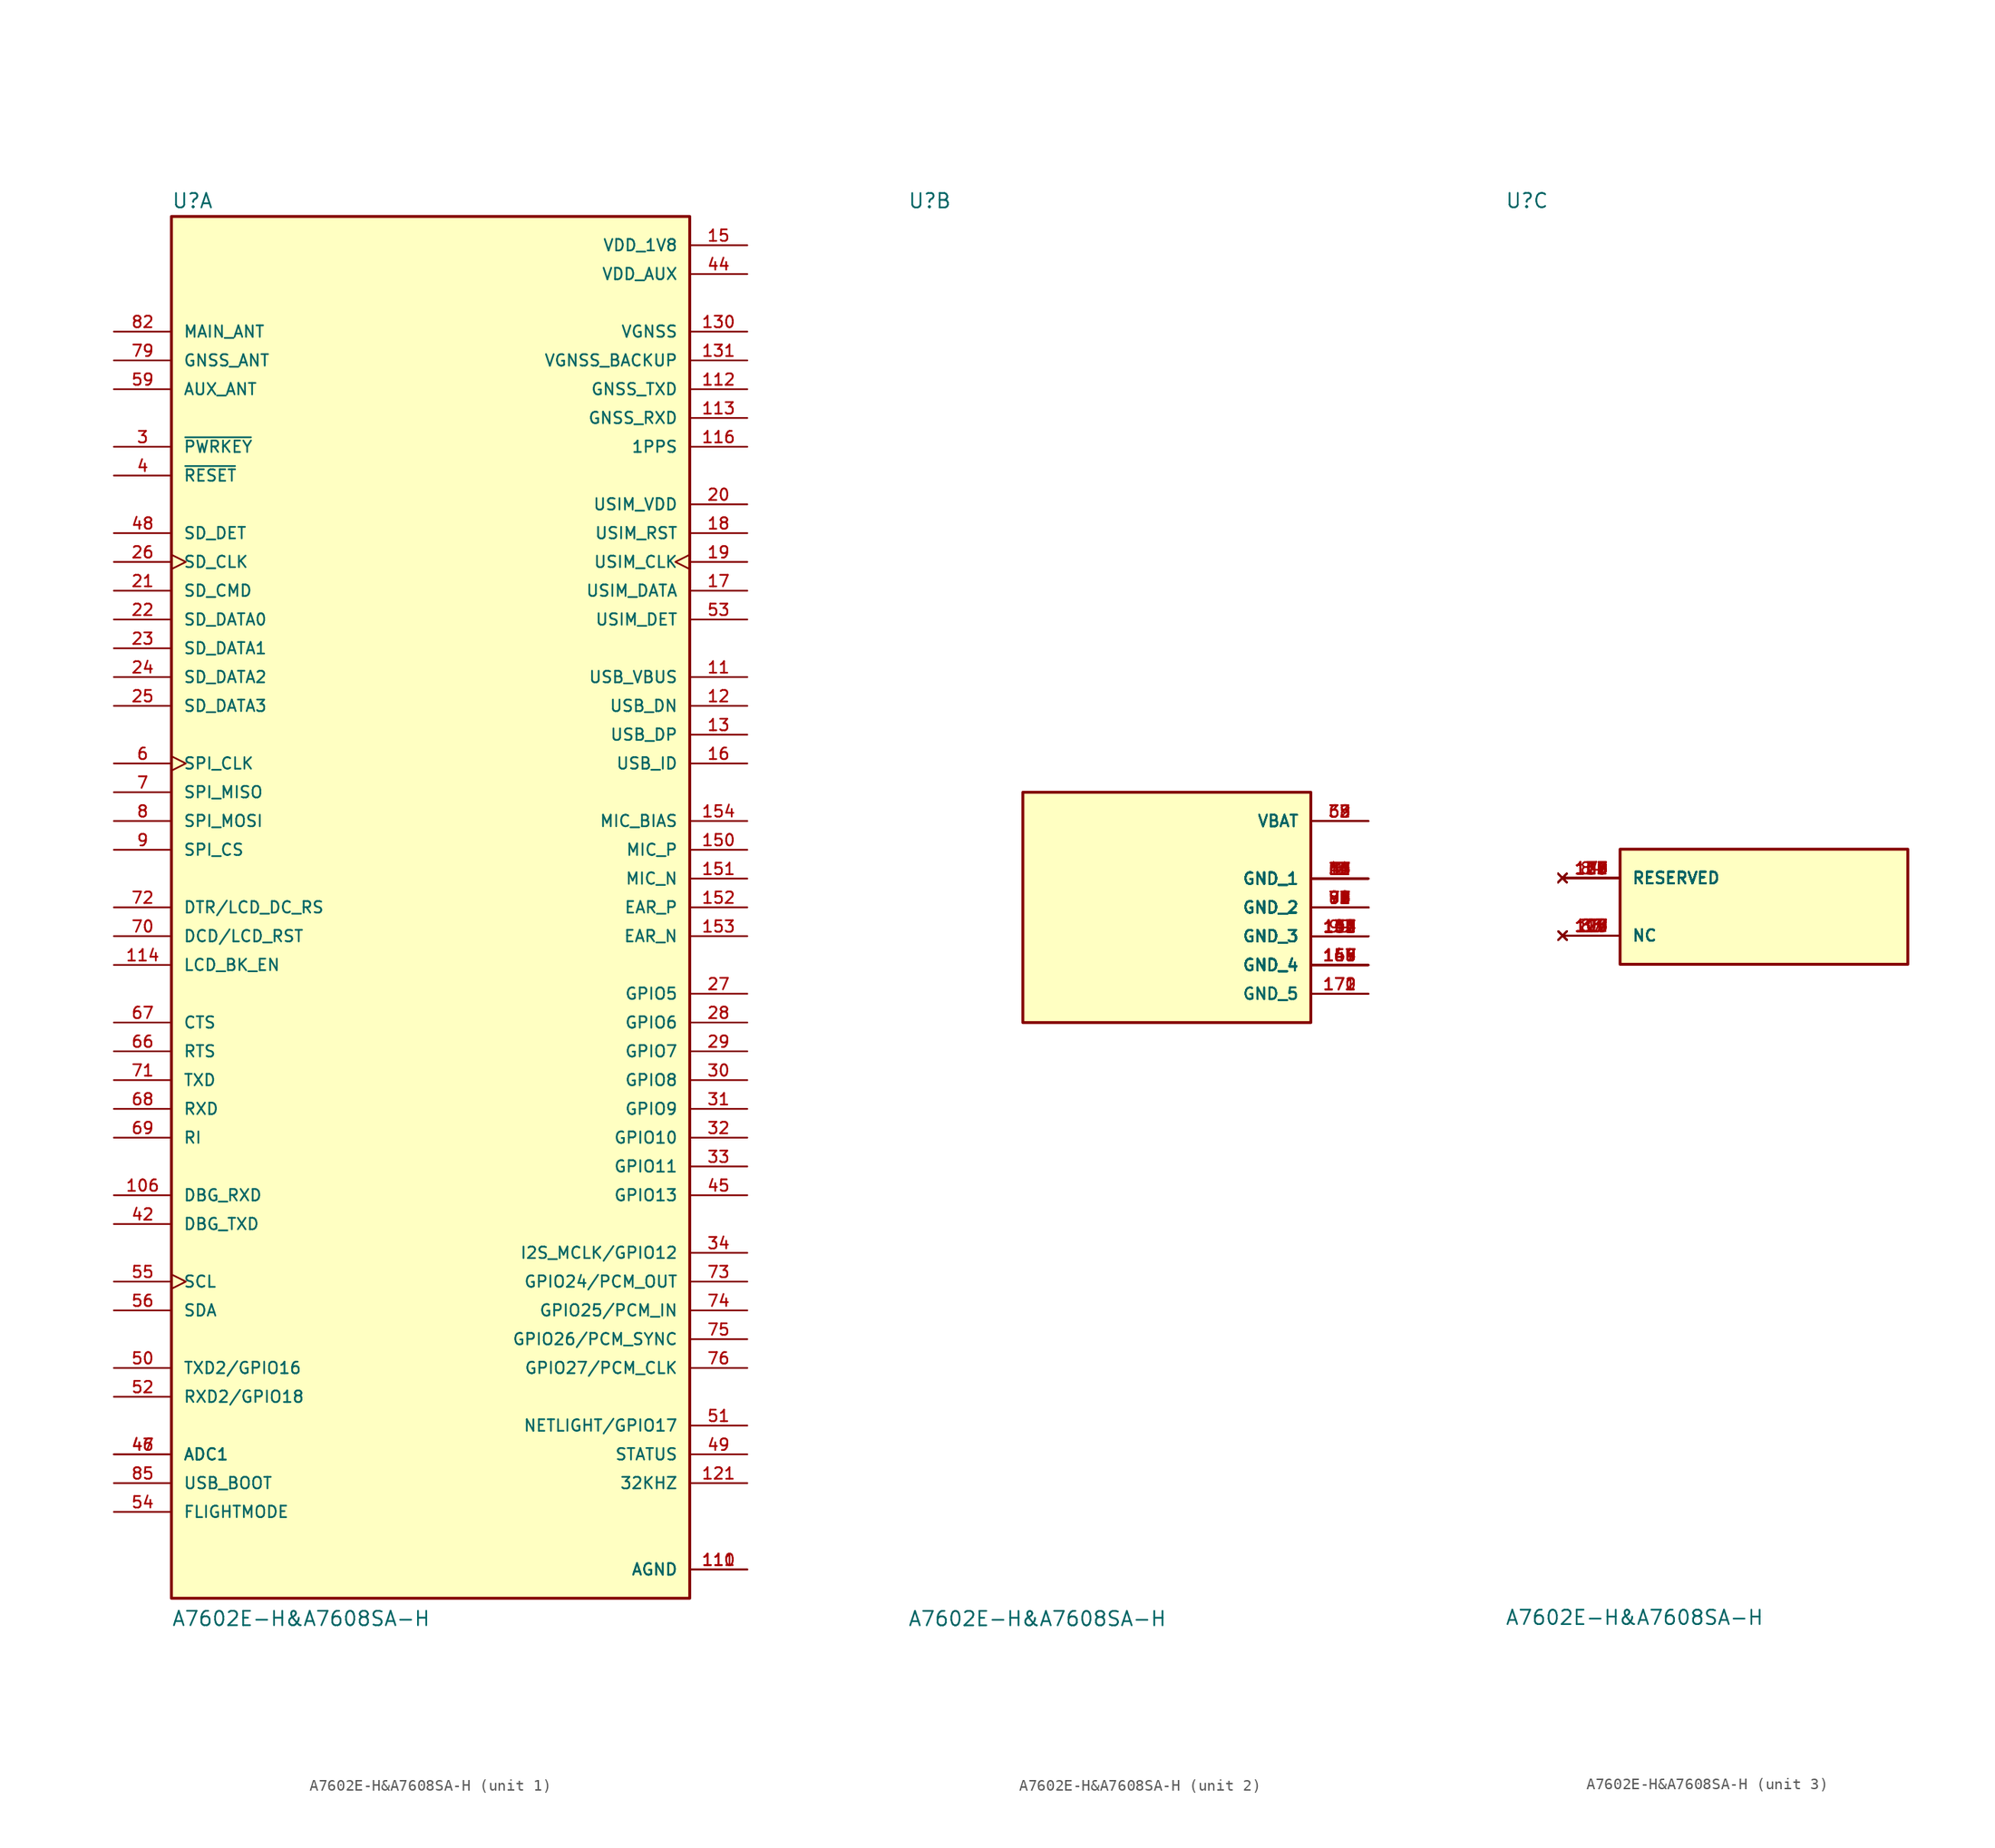
<source format=kicad_sym>
(kicad_symbol_lib
  (version 20211014)
  (generator kicad_symbol_editor)
  (symbol "A7602E-H&A7608SA-H"
    (pin_names
      (offset 1.016))
    (property "Reference" "U"
      (at -22.86 61.595 0)
      (effects (font (size 1.27 1.27)) (justify left bottom)))
    (property "Value" "A7602E-H&A7608SA-H"
      (at -22.86 -63.5 0)
      (effects (font (size 1.27 1.27)) (justify left bottom)))
    (symbol "A7602E-H&A7608SA-H_1_0"
      (rectangle (start -22.86 -60.96) (end 22.86 60.96) (stroke (width 0.254) (type default) (color 0 0 0 0)) (fill (type background)))
      (pin input line (at -27.94 -25.4 0) (length 5.08) (name "DBG_RXD" (effects (font (size 1.016 1.016)))) (number "106" (effects (font (size 1.016 1.016)))))
      (pin input line (at 27.94 20.32 180) (length 5.08) (name "USB_VBUS" (effects (font (size 1.016 1.016)))) (number "11" (effects (font (size 1.016 1.016)))))
      (pin power_in line (at 27.94 -58.42 180) (length 5.08) (name "AGND" (effects (font (size 1.016 1.016)))) (number "110" (effects (font (size 1.016 1.016)))))
      (pin power_in line (at 27.94 -58.42 180) (length 5.08) (name "AGND" (effects (font (size 1.016 1.016)))) (number "111" (effects (font (size 1.016 1.016)))))
      (pin output line (at 27.94 45.72 180) (length 5.08) (name "GNSS_TXD" (effects (font (size 1.016 1.016)))) (number "112" (effects (font (size 1.016 1.016)))))
      (pin input line (at 27.94 43.18 180) (length 5.08) (name "GNSS_RXD" (effects (font (size 1.016 1.016)))) (number "113" (effects (font (size 1.016 1.016)))))
      (pin output line (at -27.94 -5.08 0) (length 5.08) (name "LCD_BK_EN" (effects (font (size 1.016 1.016)))) (number "114" (effects (font (size 1.016 1.016)))))
      (pin bidirectional line (at 27.94 40.64 180) (length 5.08) (name "1PPS" (effects (font (size 1.016 1.016)))) (number "116" (effects (font (size 1.016 1.016)))))
      (pin bidirectional line (at 27.94 17.78 180) (length 5.08) (name "USB_DN" (effects (font (size 1.016 1.016)))) (number "12" (effects (font (size 1.016 1.016)))))
      (pin output line (at 27.94 -50.8 180) (length 5.08) (name "32KHZ" (effects (font (size 1.016 1.016)))) (number "121" (effects (font (size 1.016 1.016)))))
      (pin bidirectional line (at 27.94 15.24 180) (length 5.08) (name "USB_DP" (effects (font (size 1.016 1.016)))) (number "13" (effects (font (size 1.016 1.016)))))
      (pin power_in line (at 27.94 50.8 180) (length 5.08) (name "VGNSS" (effects (font (size 1.016 1.016)))) (number "130" (effects (font (size 1.016 1.016)))))
      (pin power_in line (at 27.94 48.26 180) (length 5.08) (name "VGNSS_BACKUP" (effects (font (size 1.016 1.016)))) (number "131" (effects (font (size 1.016 1.016)))))
      (pin output line (at 27.94 58.42 180) (length 5.08) (name "VDD_1V8" (effects (font (size 1.016 1.016)))) (number "15" (effects (font (size 1.016 1.016)))))
      (pin input line (at 27.94 5.08 180) (length 5.08) (name "MIC_P" (effects (font (size 1.016 1.016)))) (number "150" (effects (font (size 1.016 1.016)))))
      (pin input line (at 27.94 2.54 180) (length 5.08) (name "MIC_N" (effects (font (size 1.016 1.016)))) (number "151" (effects (font (size 1.016 1.016)))))
      (pin output line (at 27.94 0 180) (length 5.08) (name "EAR_P" (effects (font (size 1.016 1.016)))) (number "152" (effects (font (size 1.016 1.016)))))
      (pin output line (at 27.94 -2.54 180) (length 5.08) (name "EAR_N" (effects (font (size 1.016 1.016)))) (number "153" (effects (font (size 1.016 1.016)))))
      (pin output line (at 27.94 7.62 180) (length 5.08) (name "MIC_BIAS" (effects (font (size 1.016 1.016)))) (number "154" (effects (font (size 1.016 1.016)))))
      (pin input line (at 27.94 12.7 180) (length 5.08) (name "USB_ID" (effects (font (size 1.016 1.016)))) (number "16" (effects (font (size 1.016 1.016)))))
      (pin bidirectional line (at 27.94 27.94 180) (length 5.08) (name "USIM_DATA" (effects (font (size 1.016 1.016)))) (number "17" (effects (font (size 1.016 1.016)))))
      (pin output line (at 27.94 33.02 180) (length 5.08) (name "USIM_RST" (effects (font (size 1.016 1.016)))) (number "18" (effects (font (size 1.016 1.016)))))
      (pin output clock (at 27.94 30.48 180) (length 5.08) (name "USIM_CLK" (effects (font (size 1.016 1.016)))) (number "19" (effects (font (size 1.016 1.016)))))
      (pin power_in line (at 27.94 35.56 180) (length 5.08) (name "USIM_VDD" (effects (font (size 1.016 1.016)))) (number "20" (effects (font (size 1.016 1.016)))))
      (pin bidirectional line (at -27.94 27.94 0) (length 5.08) (name "SD_CMD" (effects (font (size 1.016 1.016)))) (number "21" (effects (font (size 1.016 1.016)))))
      (pin bidirectional line (at -27.94 25.4 0) (length 5.08) (name "SD_DATA0" (effects (font (size 1.016 1.016)))) (number "22" (effects (font (size 1.016 1.016)))))
      (pin bidirectional line (at -27.94 22.86 0) (length 5.08) (name "SD_DATA1" (effects (font (size 1.016 1.016)))) (number "23" (effects (font (size 1.016 1.016)))))
      (pin bidirectional line (at -27.94 20.32 0) (length 5.08) (name "SD_DATA2" (effects (font (size 1.016 1.016)))) (number "24" (effects (font (size 1.016 1.016)))))
      (pin bidirectional line (at -27.94 17.78 0) (length 5.08) (name "SD_DATA3" (effects (font (size 1.016 1.016)))) (number "25" (effects (font (size 1.016 1.016)))))
      (pin output clock (at -27.94 30.48 0) (length 5.08) (name "SD_CLK" (effects (font (size 1.016 1.016)))) (number "26" (effects (font (size 1.016 1.016)))))
      (pin bidirectional line (at 27.94 -7.62 180) (length 5.08) (name "GPIO5" (effects (font (size 1.016 1.016)))) (number "27" (effects (font (size 1.016 1.016)))))
      (pin bidirectional line (at 27.94 -10.16 180) (length 5.08) (name "GPIO6" (effects (font (size 1.016 1.016)))) (number "28" (effects (font (size 1.016 1.016)))))
      (pin bidirectional line (at 27.94 -12.7 180) (length 5.08) (name "GPIO7" (effects (font (size 1.016 1.016)))) (number "29" (effects (font (size 1.016 1.016)))))
      (pin input line (at -27.94 40.64 0) (length 5.08) (name "~{PWRKEY}" (effects (font (size 1.016 1.016)))) (number "3" (effects (font (size 1.016 1.016)))))
      (pin bidirectional line (at 27.94 -15.24 180) (length 5.08) (name "GPIO8" (effects (font (size 1.016 1.016)))) (number "30" (effects (font (size 1.016 1.016)))))
      (pin bidirectional line (at 27.94 -17.78 180) (length 5.08) (name "GPIO9" (effects (font (size 1.016 1.016)))) (number "31" (effects (font (size 1.016 1.016)))))
      (pin bidirectional line (at 27.94 -20.32 180) (length 5.08) (name "GPIO10" (effects (font (size 1.016 1.016)))) (number "32" (effects (font (size 1.016 1.016)))))
      (pin bidirectional line (at 27.94 -22.86 180) (length 5.08) (name "GPIO11" (effects (font (size 1.016 1.016)))) (number "33" (effects (font (size 1.016 1.016)))))
      (pin bidirectional line (at 27.94 -30.48 180) (length 5.08) (name "I2S_MCLK/GPIO12" (effects (font (size 1.016 1.016)))) (number "34" (effects (font (size 1.016 1.016)))))
      (pin input line (at -27.94 38.1 0) (length 5.08) (name "~{RESET}" (effects (font (size 1.016 1.016)))) (number "4" (effects (font (size 1.016 1.016)))))
      (pin output line (at -27.94 -27.94 0) (length 5.08) (name "DBG_TXD" (effects (font (size 1.016 1.016)))) (number "42" (effects (font (size 1.016 1.016)))))
      (pin output line (at 27.94 55.88 180) (length 5.08) (name "VDD_AUX" (effects (font (size 1.016 1.016)))) (number "44" (effects (font (size 1.016 1.016)))))
      (pin bidirectional line (at 27.94 -25.4 180) (length 5.08) (name "GPIO13" (effects (font (size 1.016 1.016)))) (number "45" (effects (font (size 1.016 1.016)))))
      (pin input line (at -27.94 -48.26 0) (length 5.08) (name "ADC1" (effects (font (size 1.016 1.016)))) (number "46" (effects (font (size 1.016 1.016)))))
      (pin input line (at -27.94 -48.26 0) (length 5.08) (name "ADC1" (effects (font (size 1.016 1.016)))) (number "47" (effects (font (size 1.016 1.016)))))
      (pin input line (at -27.94 33.02 0) (length 5.08) (name "SD_DET" (effects (font (size 1.016 1.016)))) (number "48" (effects (font (size 1.016 1.016)))))
      (pin output line (at 27.94 -48.26 180) (length 5.08) (name "STATUS" (effects (font (size 1.016 1.016)))) (number "49" (effects (font (size 1.016 1.016)))))
      (pin bidirectional line (at -27.94 -40.64 0) (length 5.08) (name "TXD2/GPIO16" (effects (font (size 1.016 1.016)))) (number "50" (effects (font (size 1.016 1.016)))))
      (pin bidirectional line (at 27.94 -45.72 180) (length 5.08) (name "NETLIGHT/GPIO17" (effects (font (size 1.016 1.016)))) (number "51" (effects (font (size 1.016 1.016)))))
      (pin bidirectional line (at -27.94 -43.18 0) (length 5.08) (name "RXD2/GPIO18" (effects (font (size 1.016 1.016)))) (number "52" (effects (font (size 1.016 1.016)))))
      (pin input line (at 27.94 25.4 180) (length 5.08) (name "USIM_DET" (effects (font (size 1.016 1.016)))) (number "53" (effects (font (size 1.016 1.016)))))
      (pin input line (at -27.94 -53.34 0) (length 5.08) (name "FLIGHTMODE" (effects (font (size 1.016 1.016)))) (number "54" (effects (font (size 1.016 1.016)))))
      (pin output clock (at -27.94 -33.02 0) (length 5.08) (name "SCL" (effects (font (size 1.016 1.016)))) (number "55" (effects (font (size 1.016 1.016)))))
      (pin bidirectional line (at -27.94 -35.56 0) (length 5.08) (name "SDA" (effects (font (size 1.016 1.016)))) (number "56" (effects (font (size 1.016 1.016)))))
      (pin input line (at -27.94 45.72 0) (length 5.08) (name "AUX_ANT" (effects (font (size 1.016 1.016)))) (number "59" (effects (font (size 1.016 1.016)))))
      (pin output clock (at -27.94 12.7 0) (length 5.08) (name "SPI_CLK" (effects (font (size 1.016 1.016)))) (number "6" (effects (font (size 1.016 1.016)))))
      (pin output line (at -27.94 -12.7 0) (length 5.08) (name "RTS" (effects (font (size 1.016 1.016)))) (number "66" (effects (font (size 1.016 1.016)))))
      (pin input line (at -27.94 -10.16 0) (length 5.08) (name "CTS" (effects (font (size 1.016 1.016)))) (number "67" (effects (font (size 1.016 1.016)))))
      (pin input line (at -27.94 -17.78 0) (length 5.08) (name "RXD" (effects (font (size 1.016 1.016)))) (number "68" (effects (font (size 1.016 1.016)))))
      (pin output line (at -27.94 -20.32 0) (length 5.08) (name "RI" (effects (font (size 1.016 1.016)))) (number "69" (effects (font (size 1.016 1.016)))))
      (pin input line (at -27.94 10.16 0) (length 5.08) (name "SPI_MISO" (effects (font (size 1.016 1.016)))) (number "7" (effects (font (size 1.016 1.016)))))
      (pin output line (at -27.94 -2.54 0) (length 5.08) (name "DCD/LCD_RST" (effects (font (size 1.016 1.016)))) (number "70" (effects (font (size 1.016 1.016)))))
      (pin output line (at -27.94 -15.24 0) (length 5.08) (name "TXD" (effects (font (size 1.016 1.016)))) (number "71" (effects (font (size 1.016 1.016)))))
      (pin bidirectional line (at -27.94 0 0) (length 5.08) (name "DTR/LCD_DC_RS" (effects (font (size 1.016 1.016)))) (number "72" (effects (font (size 1.016 1.016)))))
      (pin bidirectional line (at 27.94 -33.02 180) (length 5.08) (name "GPIO24/PCM_OUT" (effects (font (size 1.016 1.016)))) (number "73" (effects (font (size 1.016 1.016)))))
      (pin bidirectional line (at 27.94 -35.56 180) (length 5.08) (name "GPIO25/PCM_IN" (effects (font (size 1.016 1.016)))) (number "74" (effects (font (size 1.016 1.016)))))
      (pin bidirectional line (at 27.94 -38.1 180) (length 5.08) (name "GPIO26/PCM_SYNC" (effects (font (size 1.016 1.016)))) (number "75" (effects (font (size 1.016 1.016)))))
      (pin bidirectional line (at 27.94 -40.64 180) (length 5.08) (name "GPIO27/PCM_CLK" (effects (font (size 1.016 1.016)))) (number "76" (effects (font (size 1.016 1.016)))))
      (pin input line (at -27.94 48.26 0) (length 5.08) (name "GNSS_ANT" (effects (font (size 1.016 1.016)))) (number "79" (effects (font (size 1.016 1.016)))))
      (pin output line (at -27.94 7.62 0) (length 5.08) (name "SPI_MOSI" (effects (font (size 1.016 1.016)))) (number "8" (effects (font (size 1.016 1.016)))))
      (pin bidirectional line (at -27.94 50.8 0) (length 5.08) (name "MAIN_ANT" (effects (font (size 1.016 1.016)))) (number "82" (effects (font (size 1.016 1.016)))))
      (pin input line (at -27.94 -50.8 0) (length 5.08) (name "USB_BOOT" (effects (font (size 1.016 1.016)))) (number "85" (effects (font (size 1.016 1.016)))))
      (pin output line (at -27.94 5.08 0) (length 5.08) (name "SPI_CS" (effects (font (size 1.016 1.016)))) (number "9" (effects (font (size 1.016 1.016))))))
    (symbol "A7602E-H&A7608SA-H_2_0"
      (rectangle (start -12.7 -10.16) (end 12.7 10.16) (stroke (width 0.254) (type default) (color 0 0 0 0)) (fill (type background)))
      (pin power_in line (at 17.78 2.54 180) (length 5.08) (name "GND_1" (effects (font (size 1.016 1.016)))) (number "1" (effects (font (size 1.016 1.016)))))
      (pin power_in line (at 17.78 2.54 180) (length 5.08) (name "GND_1" (effects (font (size 1.016 1.016)))) (number "10" (effects (font (size 1.016 1.016)))))
      (pin power_in line (at 17.78 -2.54 180) (length 5.08) (name "GND_3" (effects (font (size 1.016 1.016)))) (number "100" (effects (font (size 1.016 1.016)))))
      (pin power_in line (at 17.78 -2.54 180) (length 5.08) (name "GND_3" (effects (font (size 1.016 1.016)))) (number "101" (effects (font (size 1.016 1.016)))))
      (pin power_in line (at 17.78 -2.54 180) (length 5.08) (name "GND_3" (effects (font (size 1.016 1.016)))) (number "102" (effects (font (size 1.016 1.016)))))
      (pin power_in line (at 17.78 -2.54 180) (length 5.08) (name "GND_3" (effects (font (size 1.016 1.016)))) (number "103" (effects (font (size 1.016 1.016)))))
      (pin power_in line (at 17.78 -2.54 180) (length 5.08) (name "GND_3" (effects (font (size 1.016 1.016)))) (number "104" (effects (font (size 1.016 1.016)))))
      (pin power_in line (at 17.78 -2.54 180) (length 5.08) (name "GND_3" (effects (font (size 1.016 1.016)))) (number "105" (effects (font (size 1.016 1.016)))))
      (pin power_in line (at 17.78 -2.54 180) (length 5.08) (name "GND_3" (effects (font (size 1.016 1.016)))) (number "118" (effects (font (size 1.016 1.016)))))
      (pin power_in line (at 17.78 -2.54 180) (length 5.08) (name "GND_3" (effects (font (size 1.016 1.016)))) (number "134" (effects (font (size 1.016 1.016)))))
      (pin power_in line (at 17.78 -2.54 180) (length 5.08) (name "GND_3" (effects (font (size 1.016 1.016)))) (number "137" (effects (font (size 1.016 1.016)))))
      (pin power_in line (at 17.78 2.54 180) (length 5.08) (name "GND_1" (effects (font (size 1.016 1.016)))) (number "14" (effects (font (size 1.016 1.016)))))
      (pin power_in line (at 17.78 -2.54 180) (length 5.08) (name "GND_3" (effects (font (size 1.016 1.016)))) (number "140" (effects (font (size 1.016 1.016)))))
      (pin power_in line (at 17.78 -2.54 180) (length 5.08) (name "GND_3" (effects (font (size 1.016 1.016)))) (number "141" (effects (font (size 1.016 1.016)))))
      (pin power_in line (at 17.78 -2.54 180) (length 5.08) (name "GND_3" (effects (font (size 1.016 1.016)))) (number "142" (effects (font (size 1.016 1.016)))))
      (pin power_in line (at 17.78 -2.54 180) (length 5.08) (name "GND_3" (effects (font (size 1.016 1.016)))) (number "143" (effects (font (size 1.016 1.016)))))
      (pin power_in line (at 17.78 -2.54 180) (length 5.08) (name "GND_3" (effects (font (size 1.016 1.016)))) (number "144" (effects (font (size 1.016 1.016)))))
      (pin power_in line (at 17.78 -5.08 180) (length 5.08) (name "GND_4" (effects (font (size 1.016 1.016)))) (number "145" (effects (font (size 1.016 1.016)))))
      (pin power_in line (at 17.78 -5.08 180) (length 5.08) (name "GND_4" (effects (font (size 1.016 1.016)))) (number "146" (effects (font (size 1.016 1.016)))))
      (pin power_in line (at 17.78 -5.08 180) (length 5.08) (name "GND_4" (effects (font (size 1.016 1.016)))) (number "147" (effects (font (size 1.016 1.016)))))
      (pin power_in line (at 17.78 -5.08 180) (length 5.08) (name "GND_4" (effects (font (size 1.016 1.016)))) (number "148" (effects (font (size 1.016 1.016)))))
      (pin power_in line (at 17.78 -5.08 180) (length 5.08) (name "GND_4" (effects (font (size 1.016 1.016)))) (number "149" (effects (font (size 1.016 1.016)))))
      (pin power_in line (at 17.78 -5.08 180) (length 5.08) (name "GND_4" (effects (font (size 1.016 1.016)))) (number "155" (effects (font (size 1.016 1.016)))))
      (pin power_in line (at 17.78 -5.08 180) (length 5.08) (name "GND_4" (effects (font (size 1.016 1.016)))) (number "156" (effects (font (size 1.016 1.016)))))
      (pin power_in line (at 17.78 -5.08 180) (length 5.08) (name "GND_4" (effects (font (size 1.016 1.016)))) (number "157" (effects (font (size 1.016 1.016)))))
      (pin power_in line (at 17.78 -5.08 180) (length 5.08) (name "GND_4" (effects (font (size 1.016 1.016)))) (number "158" (effects (font (size 1.016 1.016)))))
      (pin power_in line (at 17.78 -5.08 180) (length 5.08) (name "GND_4" (effects (font (size 1.016 1.016)))) (number "164" (effects (font (size 1.016 1.016)))))
      (pin power_in line (at 17.78 -5.08 180) (length 5.08) (name "GND_4" (effects (font (size 1.016 1.016)))) (number "165" (effects (font (size 1.016 1.016)))))
      (pin power_in line (at 17.78 -5.08 180) (length 5.08) (name "GND_4" (effects (font (size 1.016 1.016)))) (number "166" (effects (font (size 1.016 1.016)))))
      (pin power_in line (at 17.78 -5.08 180) (length 5.08) (name "GND_4" (effects (font (size 1.016 1.016)))) (number "167" (effects (font (size 1.016 1.016)))))
      (pin power_in line (at 17.78 -5.08 180) (length 5.08) (name "GND_4" (effects (font (size 1.016 1.016)))) (number "168" (effects (font (size 1.016 1.016)))))
      (pin power_in line (at 17.78 -5.08 180) (length 5.08) (name "GND_4" (effects (font (size 1.016 1.016)))) (number "169" (effects (font (size 1.016 1.016)))))
      (pin power_in line (at 17.78 -7.62 180) (length 5.08) (name "GND_5" (effects (font (size 1.016 1.016)))) (number "170" (effects (font (size 1.016 1.016)))))
      (pin power_in line (at 17.78 -7.62 180) (length 5.08) (name "GND_5" (effects (font (size 1.016 1.016)))) (number "171" (effects (font (size 1.016 1.016)))))
      (pin power_in line (at 17.78 -7.62 180) (length 5.08) (name "GND_5" (effects (font (size 1.016 1.016)))) (number "172" (effects (font (size 1.016 1.016)))))
      (pin power_in line (at 17.78 2.54 180) (length 5.08) (name "GND_1" (effects (font (size 1.016 1.016)))) (number "2" (effects (font (size 1.016 1.016)))))
      (pin power_in line (at 17.78 2.54 180) (length 5.08) (name "GND_1" (effects (font (size 1.016 1.016)))) (number "37" (effects (font (size 1.016 1.016)))))
      (pin power_in line (at 17.78 7.62 180) (length 5.08) (name "VBAT" (effects (font (size 1.016 1.016)))) (number "38" (effects (font (size 1.016 1.016)))))
      (pin power_in line (at 17.78 7.62 180) (length 5.08) (name "VBAT" (effects (font (size 1.016 1.016)))) (number "39" (effects (font (size 1.016 1.016)))))
      (pin power_in line (at 17.78 2.54 180) (length 5.08) (name "GND_1" (effects (font (size 1.016 1.016)))) (number "40" (effects (font (size 1.016 1.016)))))
      (pin power_in line (at 17.78 2.54 180) (length 5.08) (name "GND_1" (effects (font (size 1.016 1.016)))) (number "41" (effects (font (size 1.016 1.016)))))
      (pin power_in line (at 17.78 2.54 180) (length 5.08) (name "GND_1" (effects (font (size 1.016 1.016)))) (number "43" (effects (font (size 1.016 1.016)))))
      (pin power_in line (at 17.78 2.54 180) (length 5.08) (name "GND_1" (effects (font (size 1.016 1.016)))) (number "5" (effects (font (size 1.016 1.016)))))
      (pin power_in line (at 17.78 2.54 180) (length 5.08) (name "GND_1" (effects (font (size 1.016 1.016)))) (number "57" (effects (font (size 1.016 1.016)))))
      (pin power_in line (at 17.78 2.54 180) (length 5.08) (name "GND_1" (effects (font (size 1.016 1.016)))) (number "58" (effects (font (size 1.016 1.016)))))
      (pin power_in line (at 17.78 2.54 180) (length 5.08) (name "GND_1" (effects (font (size 1.016 1.016)))) (number "60" (effects (font (size 1.016 1.016)))))
      (pin power_in line (at 17.78 2.54 180) (length 5.08) (name "GND_1" (effects (font (size 1.016 1.016)))) (number "61" (effects (font (size 1.016 1.016)))))
      (pin power_in line (at 17.78 7.62 180) (length 5.08) (name "VBAT" (effects (font (size 1.016 1.016)))) (number "62" (effects (font (size 1.016 1.016)))))
      (pin power_in line (at 17.78 7.62 180) (length 5.08) (name "VBAT" (effects (font (size 1.016 1.016)))) (number "63" (effects (font (size 1.016 1.016)))))
      (pin power_in line (at 17.78 2.54 180) (length 5.08) (name "GND_1" (effects (font (size 1.016 1.016)))) (number "64" (effects (font (size 1.016 1.016)))))
      (pin power_in line (at 17.78 2.54 180) (length 5.08) (name "GND_1" (effects (font (size 1.016 1.016)))) (number "65" (effects (font (size 1.016 1.016)))))
      (pin power_in line (at 17.78 0 180) (length 5.08) (name "GND_2" (effects (font (size 1.016 1.016)))) (number "77" (effects (font (size 1.016 1.016)))))
      (pin power_in line (at 17.78 0 180) (length 5.08) (name "GND_2" (effects (font (size 1.016 1.016)))) (number "78" (effects (font (size 1.016 1.016)))))
      (pin power_in line (at 17.78 0 180) (length 5.08) (name "GND_2" (effects (font (size 1.016 1.016)))) (number "80" (effects (font (size 1.016 1.016)))))
      (pin power_in line (at 17.78 0 180) (length 5.08) (name "GND_2" (effects (font (size 1.016 1.016)))) (number "81" (effects (font (size 1.016 1.016)))))
      (pin power_in line (at 17.78 0 180) (length 5.08) (name "GND_2" (effects (font (size 1.016 1.016)))) (number "88" (effects (font (size 1.016 1.016)))))
      (pin power_in line (at 17.78 0 180) (length 5.08) (name "GND_2" (effects (font (size 1.016 1.016)))) (number "89" (effects (font (size 1.016 1.016)))))
      (pin power_in line (at 17.78 0 180) (length 5.08) (name "GND_2" (effects (font (size 1.016 1.016)))) (number "90" (effects (font (size 1.016 1.016)))))
      (pin power_in line (at 17.78 0 180) (length 5.08) (name "GND_2" (effects (font (size 1.016 1.016)))) (number "91" (effects (font (size 1.016 1.016)))))
      (pin power_in line (at 17.78 0 180) (length 5.08) (name "GND_2" (effects (font (size 1.016 1.016)))) (number "92" (effects (font (size 1.016 1.016)))))
      (pin power_in line (at 17.78 0 180) (length 5.08) (name "GND_2" (effects (font (size 1.016 1.016)))) (number "93" (effects (font (size 1.016 1.016)))))
      (pin power_in line (at 17.78 0 180) (length 5.08) (name "GND_2" (effects (font (size 1.016 1.016)))) (number "94" (effects (font (size 1.016 1.016)))))
      (pin power_in line (at 17.78 0 180) (length 5.08) (name "GND_2" (effects (font (size 1.016 1.016)))) (number "95" (effects (font (size 1.016 1.016)))))
      (pin power_in line (at 17.78 0 180) (length 5.08) (name "GND_2" (effects (font (size 1.016 1.016)))) (number "96" (effects (font (size 1.016 1.016)))))
      (pin power_in line (at 17.78 0 180) (length 5.08) (name "GND_2" (effects (font (size 1.016 1.016)))) (number "97" (effects (font (size 1.016 1.016)))))
      (pin power_in line (at 17.78 0 180) (length 5.08) (name "GND_2" (effects (font (size 1.016 1.016)))) (number "98" (effects (font (size 1.016 1.016)))))
      (pin power_in line (at 17.78 -2.54 180) (length 5.08) (name "GND_3" (effects (font (size 1.016 1.016)))) (number "99" (effects (font (size 1.016 1.016))))))
    (symbol "A7602E-H&A7608SA-H_3_0"
      (rectangle (start -12.7 -5.08) (end 12.7 5.08) (stroke (width 0.254) (type default) (color 0 0 0 0)) (fill (type background)))
      (pin no_connect line (at -17.78 -2.54 0) (length 5.08) (name "NC" (effects (font (size 1.016 1.016)))) (number "107" (effects (font (size 1.016 1.016)))))
      (pin no_connect line (at -17.78 -2.54 0) (length 5.08) (name "NC" (effects (font (size 1.016 1.016)))) (number "108" (effects (font (size 1.016 1.016)))))
      (pin no_connect line (at -17.78 -2.54 0) (length 5.08) (name "NC" (effects (font (size 1.016 1.016)))) (number "109" (effects (font (size 1.016 1.016)))))
      (pin no_connect line (at -17.78 2.54 0) (length 5.08) (name "RESERVED" (effects (font (size 1.016 1.016)))) (number "115" (effects (font (size 1.016 1.016)))))
      (pin no_connect line (at -17.78 -2.54 0) (length 5.08) (name "NC" (effects (font (size 1.016 1.016)))) (number "117" (effects (font (size 1.016 1.016)))))
      (pin no_connect line (at -17.78 -2.54 0) (length 5.08) (name "NC" (effects (font (size 1.016 1.016)))) (number "119" (effects (font (size 1.016 1.016)))))
      (pin no_connect line (at -17.78 2.54 0) (length 5.08) (name "RESERVED" (effects (font (size 1.016 1.016)))) (number "120" (effects (font (size 1.016 1.016)))))
      (pin no_connect line (at -17.78 -2.54 0) (length 5.08) (name "NC" (effects (font (size 1.016 1.016)))) (number "122" (effects (font (size 1.016 1.016)))))
      (pin no_connect line (at -17.78 -2.54 0) (length 5.08) (name "NC" (effects (font (size 1.016 1.016)))) (number "123" (effects (font (size 1.016 1.016)))))
      (pin no_connect line (at -17.78 -2.54 0) (length 5.08) (name "NC" (effects (font (size 1.016 1.016)))) (number "124" (effects (font (size 1.016 1.016)))))
      (pin no_connect line (at -17.78 2.54 0) (length 5.08) (name "RESERVED" (effects (font (size 1.016 1.016)))) (number "125" (effects (font (size 1.016 1.016)))))
      (pin no_connect line (at -17.78 2.54 0) (length 5.08) (name "RESERVED" (effects (font (size 1.016 1.016)))) (number "126" (effects (font (size 1.016 1.016)))))
      (pin no_connect line (at -17.78 2.54 0) (length 5.08) (name "RESERVED" (effects (font (size 1.016 1.016)))) (number "127" (effects (font (size 1.016 1.016)))))
      (pin no_connect line (at -17.78 2.54 0) (length 5.08) (name "RESERVED" (effects (font (size 1.016 1.016)))) (number "128" (effects (font (size 1.016 1.016)))))
      (pin no_connect line (at -17.78 2.54 0) (length 5.08) (name "RESERVED" (effects (font (size 1.016 1.016)))) (number "129" (effects (font (size 1.016 1.016)))))
      (pin no_connect line (at -17.78 2.54 0) (length 5.08) (name "RESERVED" (effects (font (size 1.016 1.016)))) (number "132" (effects (font (size 1.016 1.016)))))
      (pin no_connect line (at -17.78 2.54 0) (length 5.08) (name "RESERVED" (effects (font (size 1.016 1.016)))) (number "133" (effects (font (size 1.016 1.016)))))
      (pin no_connect line (at -17.78 2.54 0) (length 5.08) (name "RESERVED" (effects (font (size 1.016 1.016)))) (number "135" (effects (font (size 1.016 1.016)))))
      (pin no_connect line (at -17.78 2.54 0) (length 5.08) (name "RESERVED" (effects (font (size 1.016 1.016)))) (number "136" (effects (font (size 1.016 1.016)))))
      (pin no_connect line (at -17.78 2.54 0) (length 5.08) (name "RESERVED" (effects (font (size 1.016 1.016)))) (number "138" (effects (font (size 1.016 1.016)))))
      (pin no_connect line (at -17.78 2.54 0) (length 5.08) (name "RESERVED" (effects (font (size 1.016 1.016)))) (number "139" (effects (font (size 1.016 1.016)))))
      (pin no_connect line (at -17.78 2.54 0) (length 5.08) (name "RESERVED" (effects (font (size 1.016 1.016)))) (number "159" (effects (font (size 1.016 1.016)))))
      (pin no_connect line (at -17.78 2.54 0) (length 5.08) (name "RESERVED" (effects (font (size 1.016 1.016)))) (number "160" (effects (font (size 1.016 1.016)))))
      (pin no_connect line (at -17.78 2.54 0) (length 5.08) (name "RESERVED" (effects (font (size 1.016 1.016)))) (number "161" (effects (font (size 1.016 1.016)))))
      (pin no_connect line (at -17.78 2.54 0) (length 5.08) (name "RESERVED" (effects (font (size 1.016 1.016)))) (number "162" (effects (font (size 1.016 1.016)))))
      (pin no_connect line (at -17.78 2.54 0) (length 5.08) (name "RESERVED" (effects (font (size 1.016 1.016)))) (number "163" (effects (font (size 1.016 1.016)))))
      (pin no_connect line (at -17.78 -2.54 0) (length 5.08) (name "NC" (effects (font (size 1.016 1.016)))) (number "35" (effects (font (size 1.016 1.016)))))
      (pin no_connect line (at -17.78 -2.54 0) (length 5.08) (name "NC" (effects (font (size 1.016 1.016)))) (number "36" (effects (font (size 1.016 1.016)))))
      (pin no_connect line (at -17.78 -2.54 0) (length 5.08) (name "NC" (effects (font (size 1.016 1.016)))) (number "83" (effects (font (size 1.016 1.016)))))
      (pin no_connect line (at -17.78 2.54 0) (length 5.08) (name "RESERVED" (effects (font (size 1.016 1.016)))) (number "84" (effects (font (size 1.016 1.016)))))
      (pin no_connect line (at -17.78 -2.54 0) (length 5.08) (name "NC" (effects (font (size 1.016 1.016)))) (number "86" (effects (font (size 1.016 1.016)))))
      (pin no_connect line (at -17.78 -2.54 0) (length 5.08) (name "NC" (effects (font (size 1.016 1.016)))) (number "87" (effects (font (size 1.016 1.016))))))))
</source>
